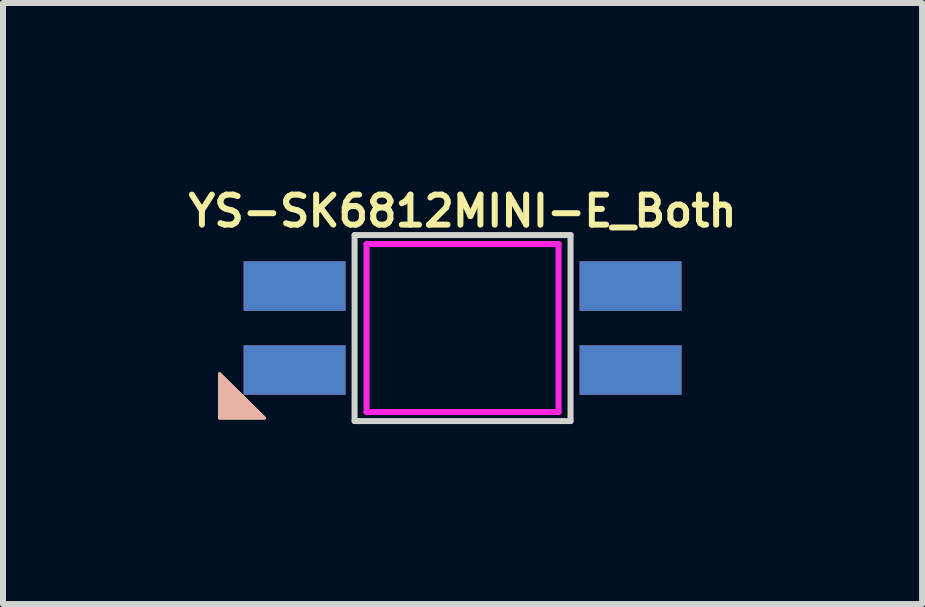
<source format=kicad_pcb>
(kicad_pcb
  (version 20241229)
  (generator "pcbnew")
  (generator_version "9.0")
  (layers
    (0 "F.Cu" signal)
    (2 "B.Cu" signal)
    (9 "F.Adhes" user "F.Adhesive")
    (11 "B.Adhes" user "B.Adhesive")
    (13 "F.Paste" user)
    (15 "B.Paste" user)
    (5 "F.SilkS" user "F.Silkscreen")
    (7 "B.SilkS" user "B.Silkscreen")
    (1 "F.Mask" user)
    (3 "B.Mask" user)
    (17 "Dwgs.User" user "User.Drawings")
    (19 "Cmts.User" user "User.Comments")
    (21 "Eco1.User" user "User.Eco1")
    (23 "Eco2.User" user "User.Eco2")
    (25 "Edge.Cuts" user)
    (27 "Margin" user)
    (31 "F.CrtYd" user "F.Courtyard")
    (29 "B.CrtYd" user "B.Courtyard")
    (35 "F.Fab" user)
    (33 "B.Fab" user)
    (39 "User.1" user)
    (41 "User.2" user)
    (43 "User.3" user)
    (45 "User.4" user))
  (footprint "YS-SK6812MINI-E_Both"
    (layer "F.Cu")
    (at 4.66 2.418)
    (property "Reference" "YS-SK6812MINI-E_Both" (at 0 -1.95 0) (layer "F.SilkS") (effects (font (size 0.5 0.5) (thickness 0.1))))
    (attr smd)
    (fp_poly (pts (xy -4.05 0.762) (xy -4.05 1.5) (xy -3.302 1.5)) (stroke (width 0.05) (type solid)) (fill yes) (layer "F.SilkS"))
    (fp_poly (pts (xy -4.05 0.762) (xy -4.05 1.5) (xy -3.302 1.5)) (stroke (width 0.05) (type solid)) (fill yes) (layer "B.SilkS"))
    (fp_line (start -1.8 -1.55) (end -1.8 1.55) (stroke (width 0.1) (type solid)) (layer "Edge.Cuts"))
    (fp_line (start -1.8 1.55) (end 1.8 1.55) (stroke (width 0.1) (type solid)) (layer "Edge.Cuts"))
    (fp_line (start 1.8 -1.55) (end -1.8 -1.55) (stroke (width 0.1) (type solid)) (layer "Edge.Cuts"))
    (fp_line (start 1.8 1.55) (end 1.8 -1.55) (stroke (width 0.1) (type solid)) (layer "Edge.Cuts"))
    (fp_line (start -1.6 -1.4) (end -1.6 1.4) (stroke (width 0.1) (type solid)) (layer "F.CrtYd"))
    (fp_line (start -1.6 -1.4) (end 1.6 -1.4) (stroke (width 0.1) (type solid)) (layer "F.CrtYd"))
    (fp_line (start -1.6 1.4) (end 1.6 1.4) (stroke (width 0.1) (type solid)) (layer "F.CrtYd"))
    (fp_line (start 1.6 -1.4) (end 1.6 1.4) (stroke (width 0.1) (type solid)) (layer "F.CrtYd"))
    (pad "1" smd rect (at 2.8 -0.7) (size 1.7 0.825) (layers "F.Cu" "F.Mask" "F.Paste"))
    (pad "1" smd rect (at 2.8 -0.7) (size 1.7 0.825) (layers "B.Cu" "B.Mask" "B.Paste"))
    (pad "2" smd rect (at 2.8 0.7) (size 1.7 0.825) (layers "F.Cu" "F.Mask" "F.Paste"))
    (pad "2" smd rect (at 2.8 0.7) (size 1.7 0.825) (layers "B.Cu" "B.Mask" "B.Paste"))
    (pad "3" smd rect (at -2.8 0.7) (size 1.7 0.825) (layers "F.Cu" "F.Mask" "F.Paste"))
    (pad "3" smd rect (at -2.8 0.7) (size 1.7 0.825) (layers "B.Cu" "B.Mask" "B.Paste"))
    (pad "4" smd rect (at -2.8 -0.7) (size 1.7 0.825) (layers "F.Cu" "F.Mask" "F.Paste"))
    (pad "4" smd rect (at -2.8 -0.7) (size 1.7 0.825) (layers "B.Cu" "B.Mask" "B.Paste")))
  (gr_rect
    (start -3 -3)
    (end 12.319 7.018)
    (stroke (width 0.1) (type default))
    (fill no)
    (layer "Edge.Cuts")))
</source>
